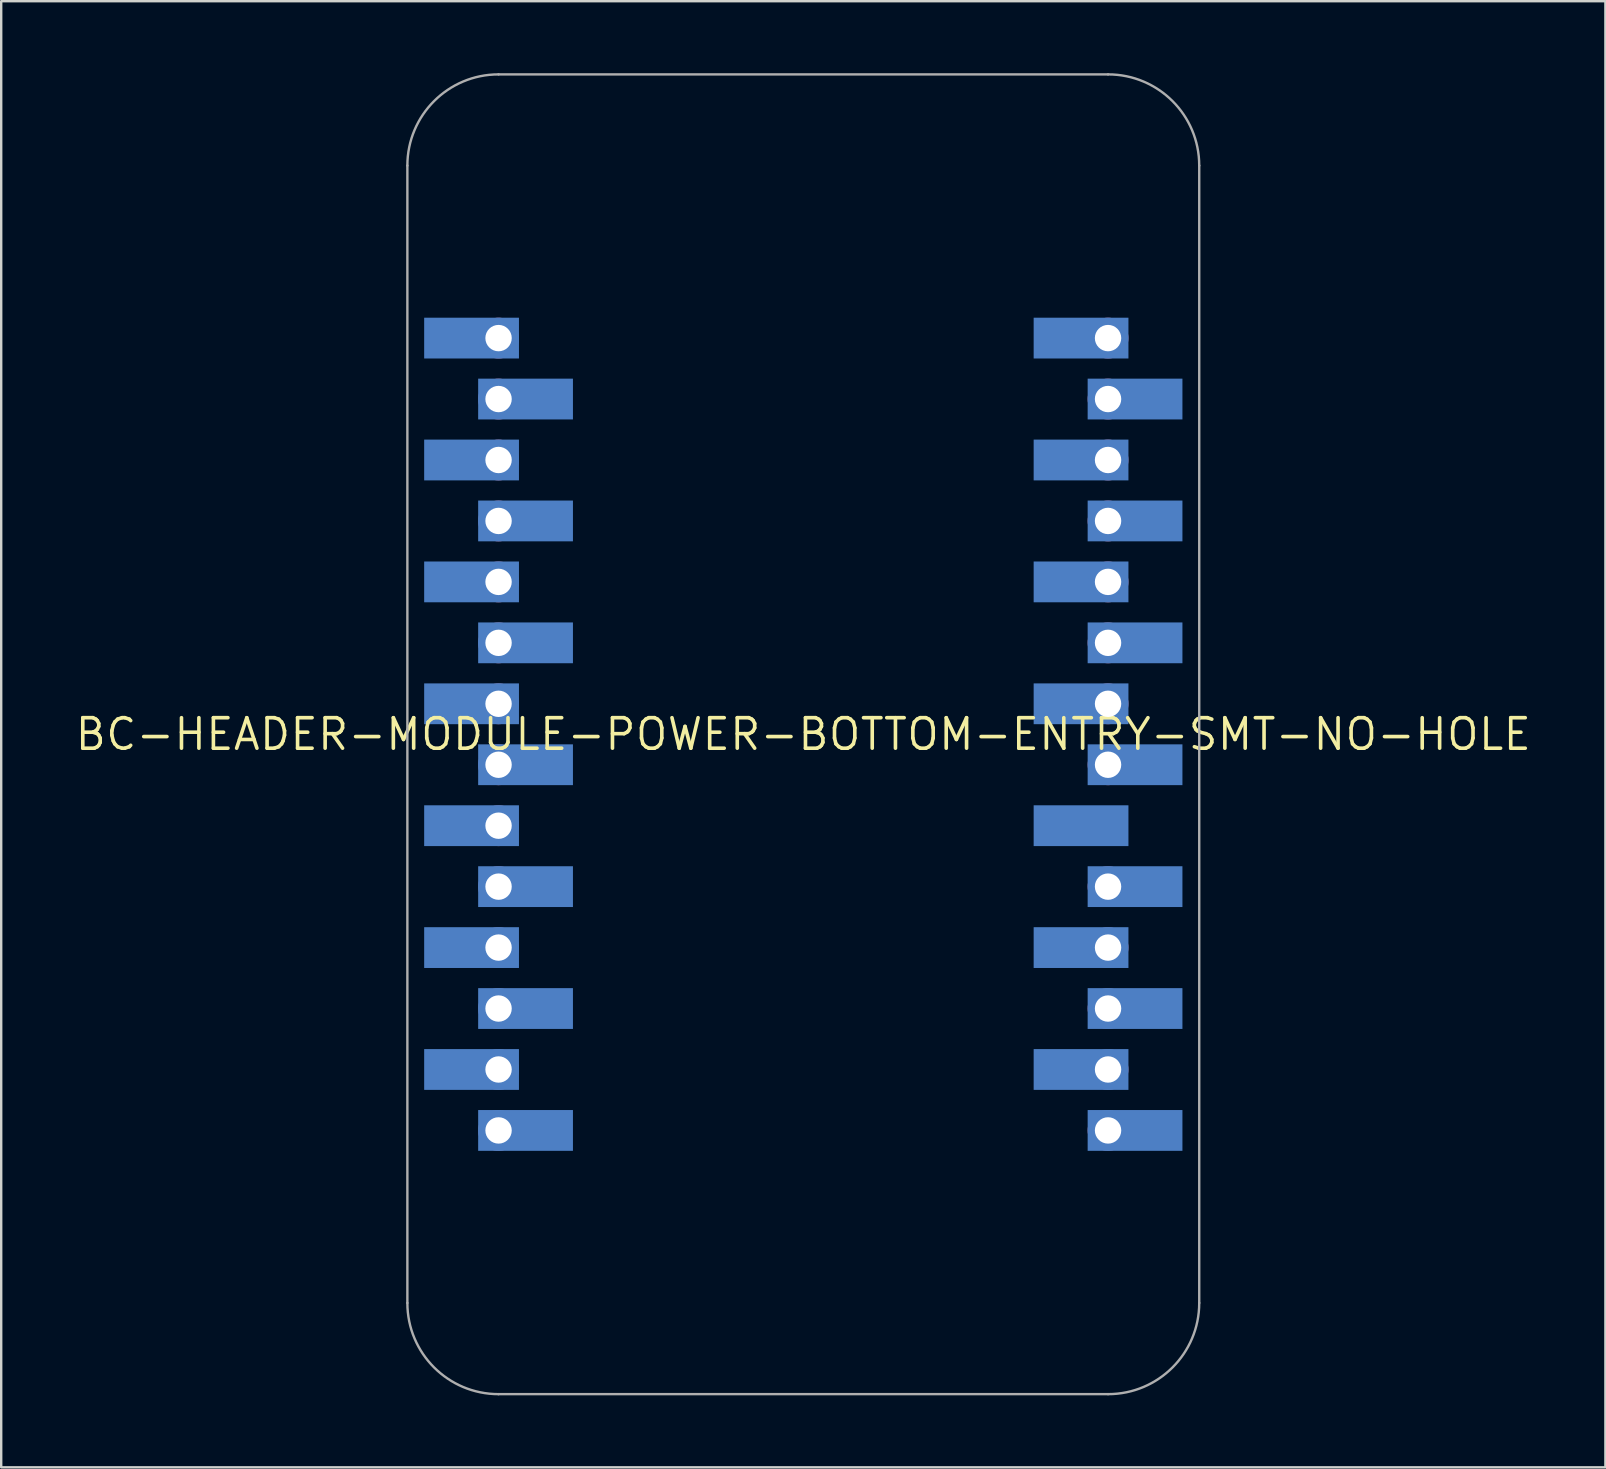
<source format=kicad_pcb>
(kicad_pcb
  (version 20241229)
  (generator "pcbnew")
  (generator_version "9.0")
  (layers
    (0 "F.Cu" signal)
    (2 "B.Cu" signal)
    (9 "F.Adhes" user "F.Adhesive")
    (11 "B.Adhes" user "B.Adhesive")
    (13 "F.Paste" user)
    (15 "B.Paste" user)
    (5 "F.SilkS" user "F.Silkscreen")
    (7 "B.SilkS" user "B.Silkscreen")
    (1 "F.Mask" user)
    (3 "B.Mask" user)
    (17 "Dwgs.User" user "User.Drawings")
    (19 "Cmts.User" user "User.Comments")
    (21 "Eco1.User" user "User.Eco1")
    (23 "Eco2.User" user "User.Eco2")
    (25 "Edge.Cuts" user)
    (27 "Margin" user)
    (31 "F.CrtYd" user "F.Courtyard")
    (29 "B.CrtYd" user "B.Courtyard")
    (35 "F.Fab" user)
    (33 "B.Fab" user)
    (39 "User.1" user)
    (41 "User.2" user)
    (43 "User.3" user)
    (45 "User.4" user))
  (footprint "BC-HEADER-MODULE-POWER-BOTTOM-ENTRY-SMT-NO-HOLE"
    (layer "F.Cu")
    (at 30.427 27.55)
    (property "Reference" "BC-HEADER-MODULE-POWER-BOTTOM-ENTRY-SMT-NO-HOLE" (at 0 0 0) (unlocked yes) (layer "F.SilkS") (effects (font (size 1.27 1.27) (thickness 0.15))))
    (fp_circle (center -12.7 -16.51) (end -12.225 -16.51) (stroke (width 0.95) (type solid)) (fill yes) (layer "F.Mask"))
    (fp_circle (center -12.7 -13.97) (end -12.225 -13.97) (stroke (width 0.95) (type solid)) (fill yes) (layer "F.Mask"))
    (fp_circle (center -12.7 -11.43) (end -12.225 -11.43) (stroke (width 0.95) (type solid)) (fill yes) (layer "F.Mask"))
    (fp_circle (center -12.7 -8.89) (end -12.225 -8.89) (stroke (width 0.95) (type solid)) (fill yes) (layer "F.Mask"))
    (fp_circle (center -12.7 -6.35) (end -12.225 -6.35) (stroke (width 0.95) (type solid)) (fill yes) (layer "F.Mask"))
    (fp_circle (center -12.7 -3.81) (end -12.225 -3.81) (stroke (width 0.95) (type solid)) (fill yes) (layer "F.Mask"))
    (fp_circle (center -12.7 -1.27) (end -12.225 -1.27) (stroke (width 0.95) (type solid)) (fill yes) (layer "F.Mask"))
    (fp_circle (center -12.7 1.27) (end -12.225 1.27) (stroke (width 0.95) (type solid)) (fill yes) (layer "F.Mask"))
    (fp_circle (center -12.7 3.81) (end -12.225 3.81) (stroke (width 0.95) (type solid)) (fill yes) (layer "F.Mask"))
    (fp_circle (center -12.7 6.35) (end -12.225 6.35) (stroke (width 0.95) (type solid)) (fill yes) (layer "F.Mask"))
    (fp_circle (center -12.7 8.89) (end -12.225 8.89) (stroke (width 0.95) (type solid)) (fill yes) (layer "F.Mask"))
    (fp_circle (center -12.7 11.43) (end -12.225 11.43) (stroke (width 0.95) (type solid)) (fill yes) (layer "F.Mask"))
    (fp_circle (center -12.7 13.97) (end -12.225 13.97) (stroke (width 0.95) (type solid)) (fill yes) (layer "F.Mask"))
    (fp_circle (center -12.7 16.51) (end -12.225 16.51) (stroke (width 0.95) (type solid)) (fill yes) (layer "F.Mask"))
    (fp_circle (center 12.7 -16.51) (end 13.175 -16.51) (stroke (width 0.95) (type solid)) (fill yes) (layer "F.Mask"))
    (fp_circle (center 12.7 -13.97) (end 13.175 -13.97) (stroke (width 0.95) (type solid)) (fill yes) (layer "F.Mask"))
    (fp_circle (center 12.7 -11.43) (end 13.175 -11.43) (stroke (width 0.95) (type solid)) (fill yes) (layer "F.Mask"))
    (fp_circle (center 12.7 -8.89) (end 13.175 -8.89) (stroke (width 0.95) (type solid)) (fill yes) (layer "F.Mask"))
    (fp_circle (center 12.7 -6.35) (end 13.175 -6.35) (stroke (width 0.95) (type solid)) (fill yes) (layer "F.Mask"))
    (fp_circle (center 12.7 -3.81) (end 13.175 -3.81) (stroke (width 0.95) (type solid)) (fill yes) (layer "F.Mask"))
    (fp_circle (center 12.7 -1.27) (end 13.175 -1.27) (stroke (width 0.95) (type solid)) (fill yes) (layer "F.Mask"))
    (fp_circle (center 12.7 1.27) (end 13.175 1.27) (stroke (width 0.95) (type solid)) (fill yes) (layer "F.Mask"))
    (fp_circle (center 12.7 6.35) (end 13.175 6.35) (stroke (width 0.95) (type solid)) (fill yes) (layer "F.Mask"))
    (fp_circle (center 12.7 8.89) (end 13.175 8.89) (stroke (width 0.95) (type solid)) (fill yes) (layer "F.Mask"))
    (fp_circle (center 12.7 11.43) (end 13.175 11.43) (stroke (width 0.95) (type solid)) (fill yes) (layer "F.Mask"))
    (fp_circle (center 12.7 13.97) (end 13.175 13.97) (stroke (width 0.95) (type solid)) (fill yes) (layer "F.Mask"))
    (fp_circle (center 12.7 16.51) (end 13.175 16.51) (stroke (width 0.95) (type solid)) (fill yes) (layer "F.Mask"))
    (fp_poly (pts (xy -11.85 -15.66) (xy -15.8 -15.66) (xy -15.8 -17.36) (xy -11.85 -17.36)) (stroke (width 0) (type default)) (fill yes) (layer "B.Cu"))
    (fp_poly (pts (xy -11.85 -10.58) (xy -15.8 -10.58) (xy -15.8 -12.28) (xy -11.85 -12.28)) (stroke (width 0) (type default)) (fill yes) (layer "B.Cu"))
    (fp_poly (pts (xy -11.85 -5.5) (xy -15.8 -5.5) (xy -15.8 -7.2) (xy -11.85 -7.2)) (stroke (width 0) (type default)) (fill yes) (layer "B.Cu"))
    (fp_poly (pts (xy -11.85 -0.42) (xy -15.8 -0.42) (xy -15.8 -2.12) (xy -11.85 -2.12)) (stroke (width 0) (type default)) (fill yes) (layer "B.Cu"))
    (fp_poly (pts (xy -11.85 4.66) (xy -15.8 4.66) (xy -15.8 2.96) (xy -11.85 2.96)) (stroke (width 0) (type default)) (fill yes) (layer "B.Cu"))
    (fp_poly (pts (xy -11.85 9.74) (xy -15.8 9.74) (xy -15.8 8.04) (xy -11.85 8.04)) (stroke (width 0) (type default)) (fill yes) (layer "B.Cu"))
    (fp_poly (pts (xy -11.85 14.82) (xy -15.8 14.82) (xy -15.8 13.12) (xy -11.85 13.12)) (stroke (width 0) (type default)) (fill yes) (layer "B.Cu"))
    (fp_poly (pts (xy -9.6 -13.12) (xy -13.55 -13.12) (xy -13.55 -14.82) (xy -9.6 -14.82)) (stroke (width 0) (type default)) (fill yes) (layer "B.Cu"))
    (fp_poly (pts (xy -9.6 -8.04) (xy -13.55 -8.04) (xy -13.55 -9.74) (xy -9.6 -9.74)) (stroke (width 0) (type default)) (fill yes) (layer "B.Cu"))
    (fp_poly (pts (xy -9.6 -2.96) (xy -13.55 -2.96) (xy -13.55 -4.66) (xy -9.6 -4.66)) (stroke (width 0) (type default)) (fill yes) (layer "B.Cu"))
    (fp_poly (pts (xy -9.6 2.12) (xy -13.55 2.12) (xy -13.55 0.42) (xy -9.6 0.42)) (stroke (width 0) (type default)) (fill yes) (layer "B.Cu"))
    (fp_poly (pts (xy -9.6 7.2) (xy -13.55 7.2) (xy -13.55 5.5) (xy -9.6 5.5)) (stroke (width 0) (type default)) (fill yes) (layer "B.Cu"))
    (fp_poly (pts (xy -9.6 12.28) (xy -13.55 12.28) (xy -13.55 10.58) (xy -9.6 10.58)) (stroke (width 0) (type default)) (fill yes) (layer "B.Cu"))
    (fp_poly (pts (xy -9.6 17.36) (xy -13.55 17.36) (xy -13.55 15.66) (xy -9.6 15.66)) (stroke (width 0) (type default)) (fill yes) (layer "B.Cu"))
    (fp_poly (pts (xy 13.55 -15.66) (xy 9.6 -15.66) (xy 9.6 -17.36) (xy 13.55 -17.36)) (stroke (width 0) (type default)) (fill yes) (layer "B.Cu"))
    (fp_poly (pts (xy 13.55 -10.58) (xy 9.6 -10.58) (xy 9.6 -12.28) (xy 13.55 -12.28)) (stroke (width 0) (type default)) (fill yes) (layer "B.Cu"))
    (fp_poly (pts (xy 13.55 -5.5) (xy 9.6 -5.5) (xy 9.6 -7.2) (xy 13.55 -7.2)) (stroke (width 0) (type default)) (fill yes) (layer "B.Cu"))
    (fp_poly (pts (xy 13.55 -0.42) (xy 9.6 -0.42) (xy 9.6 -2.12) (xy 13.55 -2.12)) (stroke (width 0) (type default)) (fill yes) (layer "B.Cu"))
    (fp_poly (pts (xy 13.55 4.66) (xy 9.6 4.66) (xy 9.6 2.96) (xy 13.55 2.96)) (stroke (width 0) (type default)) (fill yes) (layer "B.Cu"))
    (fp_poly (pts (xy 13.55 9.74) (xy 9.6 9.74) (xy 9.6 8.04) (xy 13.55 8.04)) (stroke (width 0) (type default)) (fill yes) (layer "B.Cu"))
    (fp_poly (pts (xy 13.55 14.82) (xy 9.6 14.82) (xy 9.6 13.12) (xy 13.55 13.12)) (stroke (width 0) (type default)) (fill yes) (layer "B.Cu"))
    (fp_poly (pts (xy 15.8 -13.12) (xy 11.85 -13.12) (xy 11.85 -14.82) (xy 15.8 -14.82)) (stroke (width 0) (type default)) (fill yes) (layer "B.Cu"))
    (fp_poly (pts (xy 15.8 -8.04) (xy 11.85 -8.04) (xy 11.85 -9.74) (xy 15.8 -9.74)) (stroke (width 0) (type default)) (fill yes) (layer "B.Cu"))
    (fp_poly (pts (xy 15.8 -2.96) (xy 11.85 -2.96) (xy 11.85 -4.66) (xy 15.8 -4.66)) (stroke (width 0) (type default)) (fill yes) (layer "B.Cu"))
    (fp_poly (pts (xy 15.8 2.12) (xy 11.85 2.12) (xy 11.85 0.42) (xy 15.8 0.42)) (stroke (width 0) (type default)) (fill yes) (layer "B.Cu"))
    (fp_poly (pts (xy 15.8 7.2) (xy 11.85 7.2) (xy 11.85 5.5) (xy 15.8 5.5)) (stroke (width 0) (type default)) (fill yes) (layer "B.Cu"))
    (fp_poly (pts (xy 15.8 12.28) (xy 11.85 12.28) (xy 11.85 10.58) (xy 15.8 10.58)) (stroke (width 0) (type default)) (fill yes) (layer "B.Cu"))
    (fp_poly (pts (xy 15.8 17.36) (xy 11.85 17.36) (xy 11.85 15.66) (xy 15.8 15.66)) (stroke (width 0) (type default)) (fill yes) (layer "B.Cu"))
    (fp_circle (center -12.7 -16.51) (end -12.375 -16.51) (stroke (width 0.65) (type solid)) (fill yes) (layer "B.Mask"))
    (fp_circle (center -12.7 -13.97) (end -12.375 -13.97) (stroke (width 0.65) (type solid)) (fill yes) (layer "B.Mask"))
    (fp_circle (center -12.7 -11.43) (end -12.375 -11.43) (stroke (width 0.65) (type solid)) (fill yes) (layer "B.Mask"))
    (fp_circle (center -12.7 -8.89) (end -12.375 -8.89) (stroke (width 0.65) (type solid)) (fill yes) (layer "B.Mask"))
    (fp_circle (center -12.7 -6.35) (end -12.375 -6.35) (stroke (width 0.65) (type solid)) (fill yes) (layer "B.Mask"))
    (fp_circle (center -12.7 -3.81) (end -12.375 -3.81) (stroke (width 0.65) (type solid)) (fill yes) (layer "B.Mask"))
    (fp_circle (center -12.7 -1.27) (end -12.375 -1.27) (stroke (width 0.65) (type solid)) (fill yes) (layer "B.Mask"))
    (fp_circle (center -12.7 1.27) (end -12.375 1.27) (stroke (width 0.65) (type solid)) (fill yes) (layer "B.Mask"))
    (fp_circle (center -12.7 3.81) (end -12.375 3.81) (stroke (width 0.65) (type solid)) (fill yes) (layer "B.Mask"))
    (fp_circle (center -12.7 6.35) (end -12.375 6.35) (stroke (width 0.65) (type solid)) (fill yes) (layer "B.Mask"))
    (fp_circle (center -12.7 8.89) (end -12.375 8.89) (stroke (width 0.65) (type solid)) (fill yes) (layer "B.Mask"))
    (fp_circle (center -12.7 11.43) (end -12.375 11.43) (stroke (width 0.65) (type solid)) (fill yes) (layer "B.Mask"))
    (fp_circle (center -12.7 13.97) (end -12.375 13.97) (stroke (width 0.65) (type solid)) (fill yes) (layer "B.Mask"))
    (fp_circle (center -12.7 16.51) (end -12.375 16.51) (stroke (width 0.65) (type solid)) (fill yes) (layer "B.Mask"))
    (fp_circle (center 12.7 -16.51) (end 13.025 -16.51) (stroke (width 0.65) (type solid)) (fill yes) (layer "B.Mask"))
    (fp_circle (center 12.7 -13.97) (end 13.025 -13.97) (stroke (width 0.65) (type solid)) (fill yes) (layer "B.Mask"))
    (fp_circle (center 12.7 -11.43) (end 13.025 -11.43) (stroke (width 0.65) (type solid)) (fill yes) (layer "B.Mask"))
    (fp_circle (center 12.7 -8.89) (end 13.025 -8.89) (stroke (width 0.65) (type solid)) (fill yes) (layer "B.Mask"))
    (fp_circle (center 12.7 -6.35) (end 13.025 -6.35) (stroke (width 0.65) (type solid)) (fill yes) (layer "B.Mask"))
    (fp_circle (center 12.7 -3.81) (end 13.025 -3.81) (stroke (width 0.65) (type solid)) (fill yes) (layer "B.Mask"))
    (fp_circle (center 12.7 -1.27) (end 13.025 -1.27) (stroke (width 0.65) (type solid)) (fill yes) (layer "B.Mask"))
    (fp_circle (center 12.7 1.27) (end 13.025 1.27) (stroke (width 0.65) (type solid)) (fill yes) (layer "B.Mask"))
    (fp_circle (center 12.7 3.81) (end 13.025 3.81) (stroke (width 0.65) (type solid)) (fill yes) (layer "B.Mask"))
    (fp_circle (center 12.7 6.35) (end 13.025 6.35) (stroke (width 0.65) (type solid)) (fill yes) (layer "B.Mask"))
    (fp_circle (center 12.7 8.89) (end 13.025 8.89) (stroke (width 0.65) (type solid)) (fill yes) (layer "B.Mask"))
    (fp_circle (center 12.7 11.43) (end 13.025 11.43) (stroke (width 0.65) (type solid)) (fill yes) (layer "B.Mask"))
    (fp_circle (center 12.7 13.97) (end 13.025 13.97) (stroke (width 0.65) (type solid)) (fill yes) (layer "B.Mask"))
    (fp_circle (center 12.7 16.51) (end 13.025 16.51) (stroke (width 0.65) (type solid)) (fill yes) (layer "B.Mask"))
    (fp_poly (pts (xy -15.9 -15.56) (xy -13.5 -15.56) (xy -13.5 -17.46) (xy -15.9 -17.46)) (stroke (width 0) (type default)) (fill yes) (layer "B.Mask"))
    (fp_poly (pts (xy -15.9 -10.48) (xy -13.5 -10.48) (xy -13.5 -12.38) (xy -15.9 -12.38)) (stroke (width 0) (type default)) (fill yes) (layer "B.Mask"))
    (fp_poly (pts (xy -15.9 -5.4) (xy -13.5 -5.4) (xy -13.5 -7.3) (xy -15.9 -7.3)) (stroke (width 0) (type default)) (fill yes) (layer "B.Mask"))
    (fp_poly (pts (xy -15.9 -0.32) (xy -13.5 -0.32) (xy -13.5 -2.22) (xy -15.9 -2.22)) (stroke (width 0) (type default)) (fill yes) (layer "B.Mask"))
    (fp_poly (pts (xy -15.9 4.76) (xy -13.5 4.76) (xy -13.5 2.86) (xy -15.9 2.86)) (stroke (width 0) (type default)) (fill yes) (layer "B.Mask"))
    (fp_poly (pts (xy -15.9 9.84) (xy -13.5 9.84) (xy -13.5 7.94) (xy -15.9 7.94)) (stroke (width 0) (type default)) (fill yes) (layer "B.Mask"))
    (fp_poly (pts (xy -15.9 14.92) (xy -13.5 14.92) (xy -13.5 13.02) (xy -15.9 13.02)) (stroke (width 0) (type default)) (fill yes) (layer "B.Mask"))
    (fp_poly (pts (xy -9.5 -14.92) (xy -11.9 -14.92) (xy -11.9 -13.02) (xy -9.5 -13.02)) (stroke (width 0) (type default)) (fill yes) (layer "B.Mask"))
    (fp_poly (pts (xy -9.5 -9.84) (xy -11.9 -9.84) (xy -11.9 -7.94) (xy -9.5 -7.94)) (stroke (width 0) (type default)) (fill yes) (layer "B.Mask"))
    (fp_poly (pts (xy -9.5 -4.76) (xy -11.9 -4.76) (xy -11.9 -2.86) (xy -9.5 -2.86)) (stroke (width 0) (type default)) (fill yes) (layer "B.Mask"))
    (fp_poly (pts (xy -9.5 0.32) (xy -11.9 0.32) (xy -11.9 2.22) (xy -9.5 2.22)) (stroke (width 0) (type default)) (fill yes) (layer "B.Mask"))
    (fp_poly (pts (xy -9.5 5.4) (xy -11.9 5.4) (xy -11.9 7.3) (xy -9.5 7.3)) (stroke (width 0) (type default)) (fill yes) (layer "B.Mask"))
    (fp_poly (pts (xy -9.5 10.48) (xy -11.9 10.48) (xy -11.9 12.38) (xy -9.5 12.38)) (stroke (width 0) (type default)) (fill yes) (layer "B.Mask"))
    (fp_poly (pts (xy -9.5 15.56) (xy -11.9 15.56) (xy -11.9 17.46) (xy -9.5 17.46)) (stroke (width 0) (type default)) (fill yes) (layer "B.Mask"))
    (fp_poly (pts (xy 9.5 -15.56) (xy 11.9 -15.56) (xy 11.9 -17.46) (xy 9.5 -17.46)) (stroke (width 0) (type default)) (fill yes) (layer "B.Mask"))
    (fp_poly (pts (xy 9.5 -10.48) (xy 11.9 -10.48) (xy 11.9 -12.38) (xy 9.5 -12.38)) (stroke (width 0) (type default)) (fill yes) (layer "B.Mask"))
    (fp_poly (pts (xy 9.5 -5.4) (xy 11.9 -5.4) (xy 11.9 -7.3) (xy 9.5 -7.3)) (stroke (width 0) (type default)) (fill yes) (layer "B.Mask"))
    (fp_poly (pts (xy 9.5 -0.32) (xy 11.9 -0.32) (xy 11.9 -2.22) (xy 9.5 -2.22)) (stroke (width 0) (type default)) (fill yes) (layer "B.Mask"))
    (fp_poly (pts (xy 9.5 4.76) (xy 11.9 4.76) (xy 11.9 2.86) (xy 9.5 2.86)) (stroke (width 0) (type default)) (fill yes) (layer "B.Mask"))
    (fp_poly (pts (xy 9.5 9.84) (xy 11.9 9.84) (xy 11.9 7.94) (xy 9.5 7.94)) (stroke (width 0) (type default)) (fill yes) (layer "B.Mask"))
    (fp_poly (pts (xy 9.5 14.92) (xy 11.9 14.92) (xy 11.9 13.02) (xy 9.5 13.02)) (stroke (width 0) (type default)) (fill yes) (layer "B.Mask"))
    (fp_poly (pts (xy 15.9 -14.92) (xy 13.5 -14.92) (xy 13.5 -13.02) (xy 15.9 -13.02)) (stroke (width 0) (type default)) (fill yes) (layer "B.Mask"))
    (fp_poly (pts (xy 15.9 -9.84) (xy 13.5 -9.84) (xy 13.5 -7.94) (xy 15.9 -7.94)) (stroke (width 0) (type default)) (fill yes) (layer "B.Mask"))
    (fp_poly (pts (xy 15.9 -4.76) (xy 13.5 -4.76) (xy 13.5 -2.86) (xy 15.9 -2.86)) (stroke (width 0) (type default)) (fill yes) (layer "B.Mask"))
    (fp_poly (pts (xy 15.9 0.32) (xy 13.5 0.32) (xy 13.5 2.22) (xy 15.9 2.22)) (stroke (width 0) (type default)) (fill yes) (layer "B.Mask"))
    (fp_poly (pts (xy 15.9 5.4) (xy 13.5 5.4) (xy 13.5 7.3) (xy 15.9 7.3)) (stroke (width 0) (type default)) (fill yes) (layer "B.Mask"))
    (fp_poly (pts (xy 15.9 10.48) (xy 13.5 10.48) (xy 13.5 12.38) (xy 15.9 12.38)) (stroke (width 0) (type default)) (fill yes) (layer "B.Mask"))
    (fp_poly (pts (xy 15.9 15.56) (xy 13.5 15.56) (xy 13.5 17.46) (xy 15.9 17.46)) (stroke (width 0) (type default)) (fill yes) (layer "B.Mask"))
    (fp_poly (pts (xy -15.7 -15.86) (xy -13.6 -15.86) (xy -13.6 -17.16) (xy -15.7 -17.16)) (stroke (width 0) (type default)) (fill yes) (layer "B.Paste"))
    (fp_poly (pts (xy -13.6 -12.08) (xy -15.7 -12.08) (xy -15.7 -10.78) (xy -13.6 -10.78)) (stroke (width 0) (type default)) (fill yes) (layer "B.Paste"))
    (fp_poly (pts (xy -13.6 -7) (xy -15.7 -7) (xy -15.7 -5.7) (xy -13.6 -5.7)) (stroke (width 0) (type default)) (fill yes) (layer "B.Paste"))
    (fp_poly (pts (xy -13.6 -1.92) (xy -15.7 -1.92) (xy -15.7 -0.62) (xy -13.6 -0.62)) (stroke (width 0) (type default)) (fill yes) (layer "B.Paste"))
    (fp_poly (pts (xy -13.6 3.16) (xy -15.7 3.16) (xy -15.7 4.46) (xy -13.6 4.46)) (stroke (width 0) (type default)) (fill yes) (layer "B.Paste"))
    (fp_poly (pts (xy -13.6 8.24) (xy -15.7 8.24) (xy -15.7 9.54) (xy -13.6 9.54)) (stroke (width 0) (type default)) (fill yes) (layer "B.Paste"))
    (fp_poly (pts (xy -13.6 13.32) (xy -15.7 13.32) (xy -15.7 14.62) (xy -13.6 14.62)) (stroke (width 0) (type default)) (fill yes) (layer "B.Paste"))
    (fp_poly (pts (xy -11.8 12.08) (xy -9.7 12.08) (xy -9.7 10.78) (xy -11.8 10.78)) (stroke (width 0) (type default)) (fill yes) (layer "B.Paste"))
    (fp_poly (pts (xy -11.8 17.16) (xy -9.7 17.16) (xy -9.7 15.86) (xy -11.8 15.86)) (stroke (width 0) (type default)) (fill yes) (layer "B.Paste"))
    (fp_poly (pts (xy -9.7 -14.62) (xy -11.8 -14.62) (xy -11.8 -13.32) (xy -9.7 -13.32)) (stroke (width 0) (type default)) (fill yes) (layer "B.Paste"))
    (fp_poly (pts (xy -9.7 -9.54) (xy -11.8 -9.54) (xy -11.8 -8.24) (xy -9.7 -8.24)) (stroke (width 0) (type default)) (fill yes) (layer "B.Paste"))
    (fp_poly (pts (xy -9.7 -4.46) (xy -11.8 -4.46) (xy -11.8 -3.16) (xy -9.7 -3.16)) (stroke (width 0) (type default)) (fill yes) (layer "B.Paste"))
    (fp_poly (pts (xy -9.7 0.62) (xy -11.8 0.62) (xy -11.8 1.92) (xy -9.7 1.92)) (stroke (width 0) (type default)) (fill yes) (layer "B.Paste"))
    (fp_poly (pts (xy -9.7 5.7) (xy -11.8 5.7) (xy -11.8 7) (xy -9.7 7)) (stroke (width 0) (type default)) (fill yes) (layer "B.Paste"))
    (fp_poly (pts (xy 9.7 -15.86) (xy 11.8 -15.86) (xy 11.8 -17.16) (xy 9.7 -17.16)) (stroke (width 0) (type default)) (fill yes) (layer "B.Paste"))
    (fp_poly (pts (xy 11.8 -12.08) (xy 9.7 -12.08) (xy 9.7 -10.78) (xy 11.8 -10.78)) (stroke (width 0) (type default)) (fill yes) (layer "B.Paste"))
    (fp_poly (pts (xy 11.8 -7) (xy 9.7 -7) (xy 9.7 -5.7) (xy 11.8 -5.7)) (stroke (width 0) (type default)) (fill yes) (layer "B.Paste"))
    (fp_poly (pts (xy 11.8 -1.92) (xy 9.7 -1.92) (xy 9.7 -0.62) (xy 11.8 -0.62)) (stroke (width 0) (type default)) (fill yes) (layer "B.Paste"))
    (fp_poly (pts (xy 11.8 3.16) (xy 9.7 3.16) (xy 9.7 4.46) (xy 11.8 4.46)) (stroke (width 0) (type default)) (fill yes) (layer "B.Paste"))
    (fp_poly (pts (xy 11.8 8.24) (xy 9.7 8.24) (xy 9.7 9.54) (xy 11.8 9.54)) (stroke (width 0) (type default)) (fill yes) (layer "B.Paste"))
    (fp_poly (pts (xy 11.8 13.32) (xy 9.7 13.32) (xy 9.7 14.62) (xy 11.8 14.62)) (stroke (width 0) (type default)) (fill yes) (layer "B.Paste"))
    (fp_poly (pts (xy 13.6 12.08) (xy 15.7 12.08) (xy 15.7 10.78) (xy 13.6 10.78)) (stroke (width 0) (type default)) (fill yes) (layer "B.Paste"))
    (fp_poly (pts (xy 13.6 17.16) (xy 15.7 17.16) (xy 15.7 15.86) (xy 13.6 15.86)) (stroke (width 0) (type default)) (fill yes) (layer "B.Paste"))
    (fp_poly (pts (xy 15.7 -14.62) (xy 13.6 -14.62) (xy 13.6 -13.32) (xy 15.7 -13.32)) (stroke (width 0) (type default)) (fill yes) (layer "B.Paste"))
    (fp_poly (pts (xy 15.7 -9.54) (xy 13.6 -9.54) (xy 13.6 -8.24) (xy 15.7 -8.24)) (stroke (width 0) (type default)) (fill yes) (layer "B.Paste"))
    (fp_poly (pts (xy 15.7 -4.46) (xy 13.6 -4.46) (xy 13.6 -3.16) (xy 15.7 -3.16)) (stroke (width 0) (type default)) (fill yes) (layer "B.Paste"))
    (fp_poly (pts (xy 15.7 0.62) (xy 13.6 0.62) (xy 13.6 1.92) (xy 15.7 1.92)) (stroke (width 0) (type default)) (fill yes) (layer "B.Paste"))
    (fp_poly (pts (xy 15.7 5.7) (xy 13.6 5.7) (xy 13.6 7) (xy 15.7 7)) (stroke (width 0) (type default)) (fill yes) (layer "B.Paste"))
    (fp_line (start -16.5 23.7) (end -16.5 -23.7) (stroke (width 0.1) (type solid)) (layer "F.Fab"))
    (fp_line (start -12.7 -27.5) (end 12.7 -27.5) (stroke (width 0.1) (type solid)) (layer "F.Fab"))
    (fp_line (start 12.7 27.5) (end -12.7 27.5) (stroke (width 0.1) (type solid)) (layer "F.Fab"))
    (fp_line (start 16.5 -23.7) (end 16.5 23.7) (stroke (width 0.1) (type solid)) (layer "F.Fab"))
    (fp_arc (start -16.5 -23.7) (mid -15.387006 -26.387006) (end -12.7 -27.5) (stroke (width 0.1) (type solid)) (layer "F.Fab"))
    (fp_arc (start -12.7 27.5) (mid -15.387006 26.387006) (end -16.5 23.7) (stroke (width 0.1) (type solid)) (layer "F.Fab"))
    (fp_arc (start 12.7 -27.5) (mid 15.387006 -26.387006) (end 16.5 -23.7) (stroke (width 0.1) (type solid)) (layer "F.Fab"))
    (fp_arc (start 16.5 23.7) (mid 15.387006 26.387006) (end 12.7 27.5) (stroke (width 0.1) (type solid)) (layer "F.Fab"))
    (pad "1" thru_hole circle (at -12.7 -16.51 270) (size 1.7 1.7) (drill 1.1) (layers "*.Cu"))
    (pad "2" thru_hole circle (at -12.7 -13.97 270) (size 1.7 1.7) (drill 1.1) (layers "*.Cu"))
    (pad "3" thru_hole circle (at -12.7 -11.43 270) (size 1.7 1.7) (drill 1.1) (layers "*.Cu"))
    (pad "4" thru_hole circle (at -12.7 -8.89 270) (size 1.7 1.7) (drill 1.1) (layers "*.Cu"))
    (pad "5" thru_hole circle (at -12.7 -6.35 270) (size 1.7 1.7) (drill 1.1) (layers "*.Cu"))
    (pad "6" thru_hole circle (at -12.7 -3.81 270) (size 1.7 1.7) (drill 1.1) (layers "*.Cu"))
    (pad "7" thru_hole circle (at -12.7 -1.27 270) (size 1.7 1.7) (drill 1.1) (layers "*.Cu"))
    (pad "8" thru_hole circle (at -12.7 1.27 270) (size 1.7 1.7) (drill 1.1) (layers "*.Cu"))
    (pad "9" thru_hole circle (at -12.7 3.81 270) (size 1.7 1.7) (drill 1.1) (layers "*.Cu"))
    (pad "10" thru_hole circle (at -12.7 6.35 270) (size 1.7 1.7) (drill 1.1) (layers "*.Cu"))
    (pad "11" thru_hole circle (at -12.7 8.89 270) (size 1.7 1.7) (drill 1.1) (layers "*.Cu"))
    (pad "12" thru_hole circle (at -12.7 11.43 270) (size 1.7 1.7) (drill 1.1) (layers "*.Cu"))
    (pad "13" thru_hole circle (at -12.7 13.97 270) (size 1.7 1.7) (drill 1.1) (layers "*.Cu"))
    (pad "14" thru_hole circle (at -12.7 16.51 270) (size 1.7 1.7) (drill 1.1) (layers "*.Cu"))
    (pad "15" thru_hole circle (at 12.7 16.51 90) (size 1.7 1.7) (drill 1.1) (layers "*.Cu"))
    (pad "16" thru_hole circle (at 12.7 13.97 90) (size 1.7 1.7) (drill 1.1) (layers "*.Cu"))
    (pad "17" thru_hole circle (at 12.7 11.43 90) (size 1.7 1.7) (drill 1.1) (layers "*.Cu"))
    (pad "18" thru_hole circle (at 12.7 8.89 90) (size 1.7 1.7) (drill 1.1) (layers "*.Cu"))
    (pad "19" thru_hole circle (at 12.7 6.35 90) (size 1.7 1.7) (drill 1.1) (layers "*.Cu"))
    (pad "21" thru_hole circle (at 12.7 1.27 90) (size 1.7 1.7) (drill 1.1) (layers "*.Cu"))
    (pad "22" thru_hole circle (at 12.7 -1.27 90) (size 1.7 1.7) (drill 1.1) (layers "*.Cu"))
    (pad "23" thru_hole circle (at 12.7 -3.81 90) (size 1.7 1.7) (drill 1.1) (layers "*.Cu"))
    (pad "24" thru_hole circle (at 12.7 -6.35 90) (size 1.7 1.7) (drill 1.1) (layers "*.Cu"))
    (pad "25" thru_hole circle (at 12.7 -8.89 90) (size 1.7 1.7) (drill 1.1) (layers "*.Cu"))
    (pad "26" thru_hole circle (at 12.7 -11.43 90) (size 1.7 1.7) (drill 1.1) (layers "*.Cu"))
    (pad "27" thru_hole circle (at 12.7 -13.97 90) (size 1.7 1.7) (drill 1.1) (layers "*.Cu"))
    (pad "28" thru_hole circle (at 12.7 -16.51 90) (size 1.7 1.7) (drill 1.1) (layers "*.Cu")))
  (gr_rect
    (start -3 -3)
    (end 63.854 58.1)
    (stroke (width 0.1) (type default))
    (fill no)
    (layer "Edge.Cuts")))
</source>
